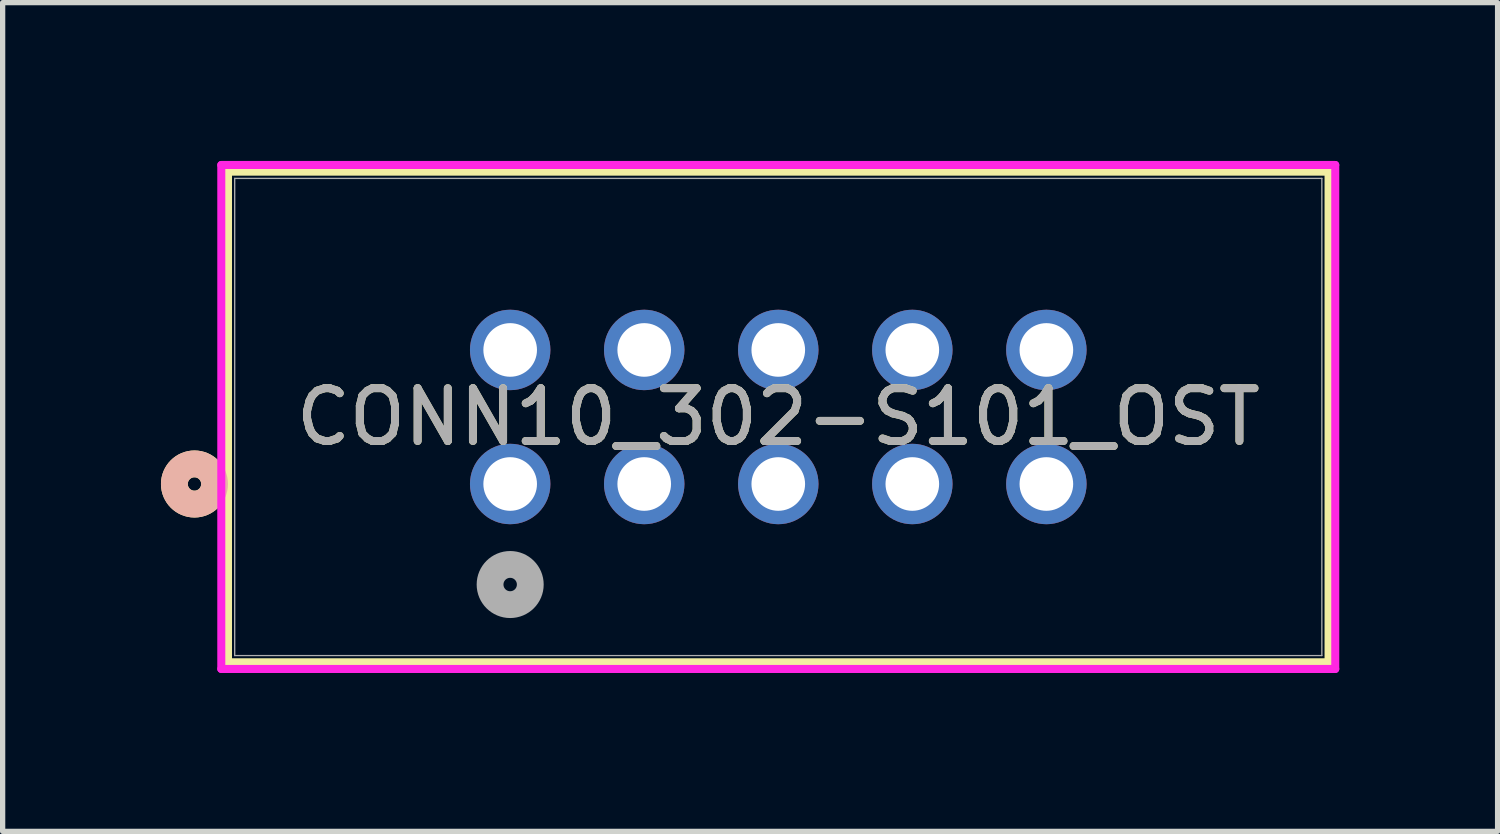
<source format=kicad_pcb>
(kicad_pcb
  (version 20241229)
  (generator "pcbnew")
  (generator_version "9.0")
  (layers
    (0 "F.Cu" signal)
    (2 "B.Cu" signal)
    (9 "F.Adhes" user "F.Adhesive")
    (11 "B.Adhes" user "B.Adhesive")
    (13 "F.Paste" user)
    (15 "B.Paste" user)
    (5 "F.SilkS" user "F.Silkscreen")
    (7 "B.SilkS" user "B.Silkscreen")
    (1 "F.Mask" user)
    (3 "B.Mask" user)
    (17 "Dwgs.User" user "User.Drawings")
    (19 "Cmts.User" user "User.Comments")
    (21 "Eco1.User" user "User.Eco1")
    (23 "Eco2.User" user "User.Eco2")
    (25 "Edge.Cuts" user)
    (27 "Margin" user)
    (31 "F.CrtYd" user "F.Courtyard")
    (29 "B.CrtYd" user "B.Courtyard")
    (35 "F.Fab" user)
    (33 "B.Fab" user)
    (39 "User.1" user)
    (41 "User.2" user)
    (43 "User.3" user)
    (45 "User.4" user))
  (footprint "CONN10_302-S101_OST"
    (layer "F.Cu")
    (at 6.617 6.121)
    (property "Reference" "CONN10_302-S101_OST" (at 5.08 -1.27 0) (unlocked yes) (layer "F.SilkS") (effects (font (size 1 1) (thickness 0.15))))
    (attr through_hole)
    (fp_line (start -5.347 -5.918) (end -5.347 3.378) (stroke (width 0.152) (type solid)) (layer "F.SilkS"))
    (fp_line (start -5.347 3.378) (end 15.507 3.378) (stroke (width 0.152) (type solid)) (layer "F.SilkS"))
    (fp_line (start 15.507 -5.918) (end -5.347 -5.918) (stroke (width 0.152) (type solid)) (layer "F.SilkS"))
    (fp_line (start 15.507 3.378) (end 15.507 -5.918) (stroke (width 0.152) (type solid)) (layer "F.SilkS"))
    (fp_circle (center -5.982 0) (end -5.601 0) (stroke (width 0.508) (type solid)) (fill no) (layer "F.SilkS"))
    (fp_circle (center -5.982 0) (end -5.601 0) (stroke (width 0.508) (type solid)) (fill no) (layer "B.SilkS"))
    (fp_line (start -5.474 -6.045) (end -5.474 3.505) (stroke (width 0.152) (type solid)) (layer "F.CrtYd"))
    (fp_line (start -5.474 3.505) (end 15.634 3.505) (stroke (width 0.152) (type solid)) (layer "F.CrtYd"))
    (fp_line (start 15.634 -6.045) (end -5.474 -6.045) (stroke (width 0.152) (type solid)) (layer "F.CrtYd"))
    (fp_line (start 15.634 3.505) (end 15.634 -6.045) (stroke (width 0.152) (type solid)) (layer "F.CrtYd"))
    (fp_line (start -5.22 -5.791) (end -5.22 3.251) (stroke (width 0.025) (type solid)) (layer "F.Fab"))
    (fp_line (start -5.22 3.251) (end 15.38 3.251) (stroke (width 0.025) (type solid)) (layer "F.Fab"))
    (fp_line (start 15.38 -5.791) (end -5.22 -5.791) (stroke (width 0.025) (type solid)) (layer "F.Fab"))
    (fp_line (start 15.38 3.251) (end 15.38 -5.791) (stroke (width 0.025) (type solid)) (layer "F.Fab"))
    (fp_circle (center 0 1.905) (end 0.381 1.905) (stroke (width 0.508) (type solid)) (fill no) (layer "F.Fab"))
    (fp_text user "${REFERENCE}" (at 5.08 -1.27 0) (unlocked yes) (layer "F.Fab") (effects (font (size 1 1) (thickness 0.15))))
    (pad "1" thru_hole circle (at 0 0) (size 1.524 1.524) (drill 1.016) (layers "*.Cu" "*.Mask"))
    (pad "2" thru_hole circle (at 0 -2.54) (size 1.524 1.524) (drill 1.016) (layers "*.Cu" "*.Mask"))
    (pad "3" thru_hole circle (at 2.54 0) (size 1.524 1.524) (drill 1.016) (layers "*.Cu" "*.Mask"))
    (pad "4" thru_hole circle (at 2.54 -2.54) (size 1.524 1.524) (drill 1.016) (layers "*.Cu" "*.Mask"))
    (pad "5" thru_hole circle (at 5.08 0) (size 1.524 1.524) (drill 1.016) (layers "*.Cu" "*.Mask"))
    (pad "6" thru_hole circle (at 5.08 -2.54) (size 1.524 1.524) (drill 1.016) (layers "*.Cu" "*.Mask"))
    (pad "7" thru_hole circle (at 7.62 0) (size 1.524 1.524) (drill 1.016) (layers "*.Cu" "*.Mask"))
    (pad "8" thru_hole circle (at 7.62 -2.54) (size 1.524 1.524) (drill 1.016) (layers "*.Cu" "*.Mask"))
    (pad "9" thru_hole circle (at 10.16 0) (size 1.524 1.524) (drill 1.016) (layers "*.Cu" "*.Mask"))
    (pad "10" thru_hole circle (at 10.16 -2.54) (size 1.524 1.524) (drill 1.016) (layers "*.Cu" "*.Mask")))
  (gr_rect
    (start -3 -3)
    (end 25.327 12.703)
    (stroke (width 0.1) (type default))
    (fill no)
    (layer "Edge.Cuts")))
</source>
